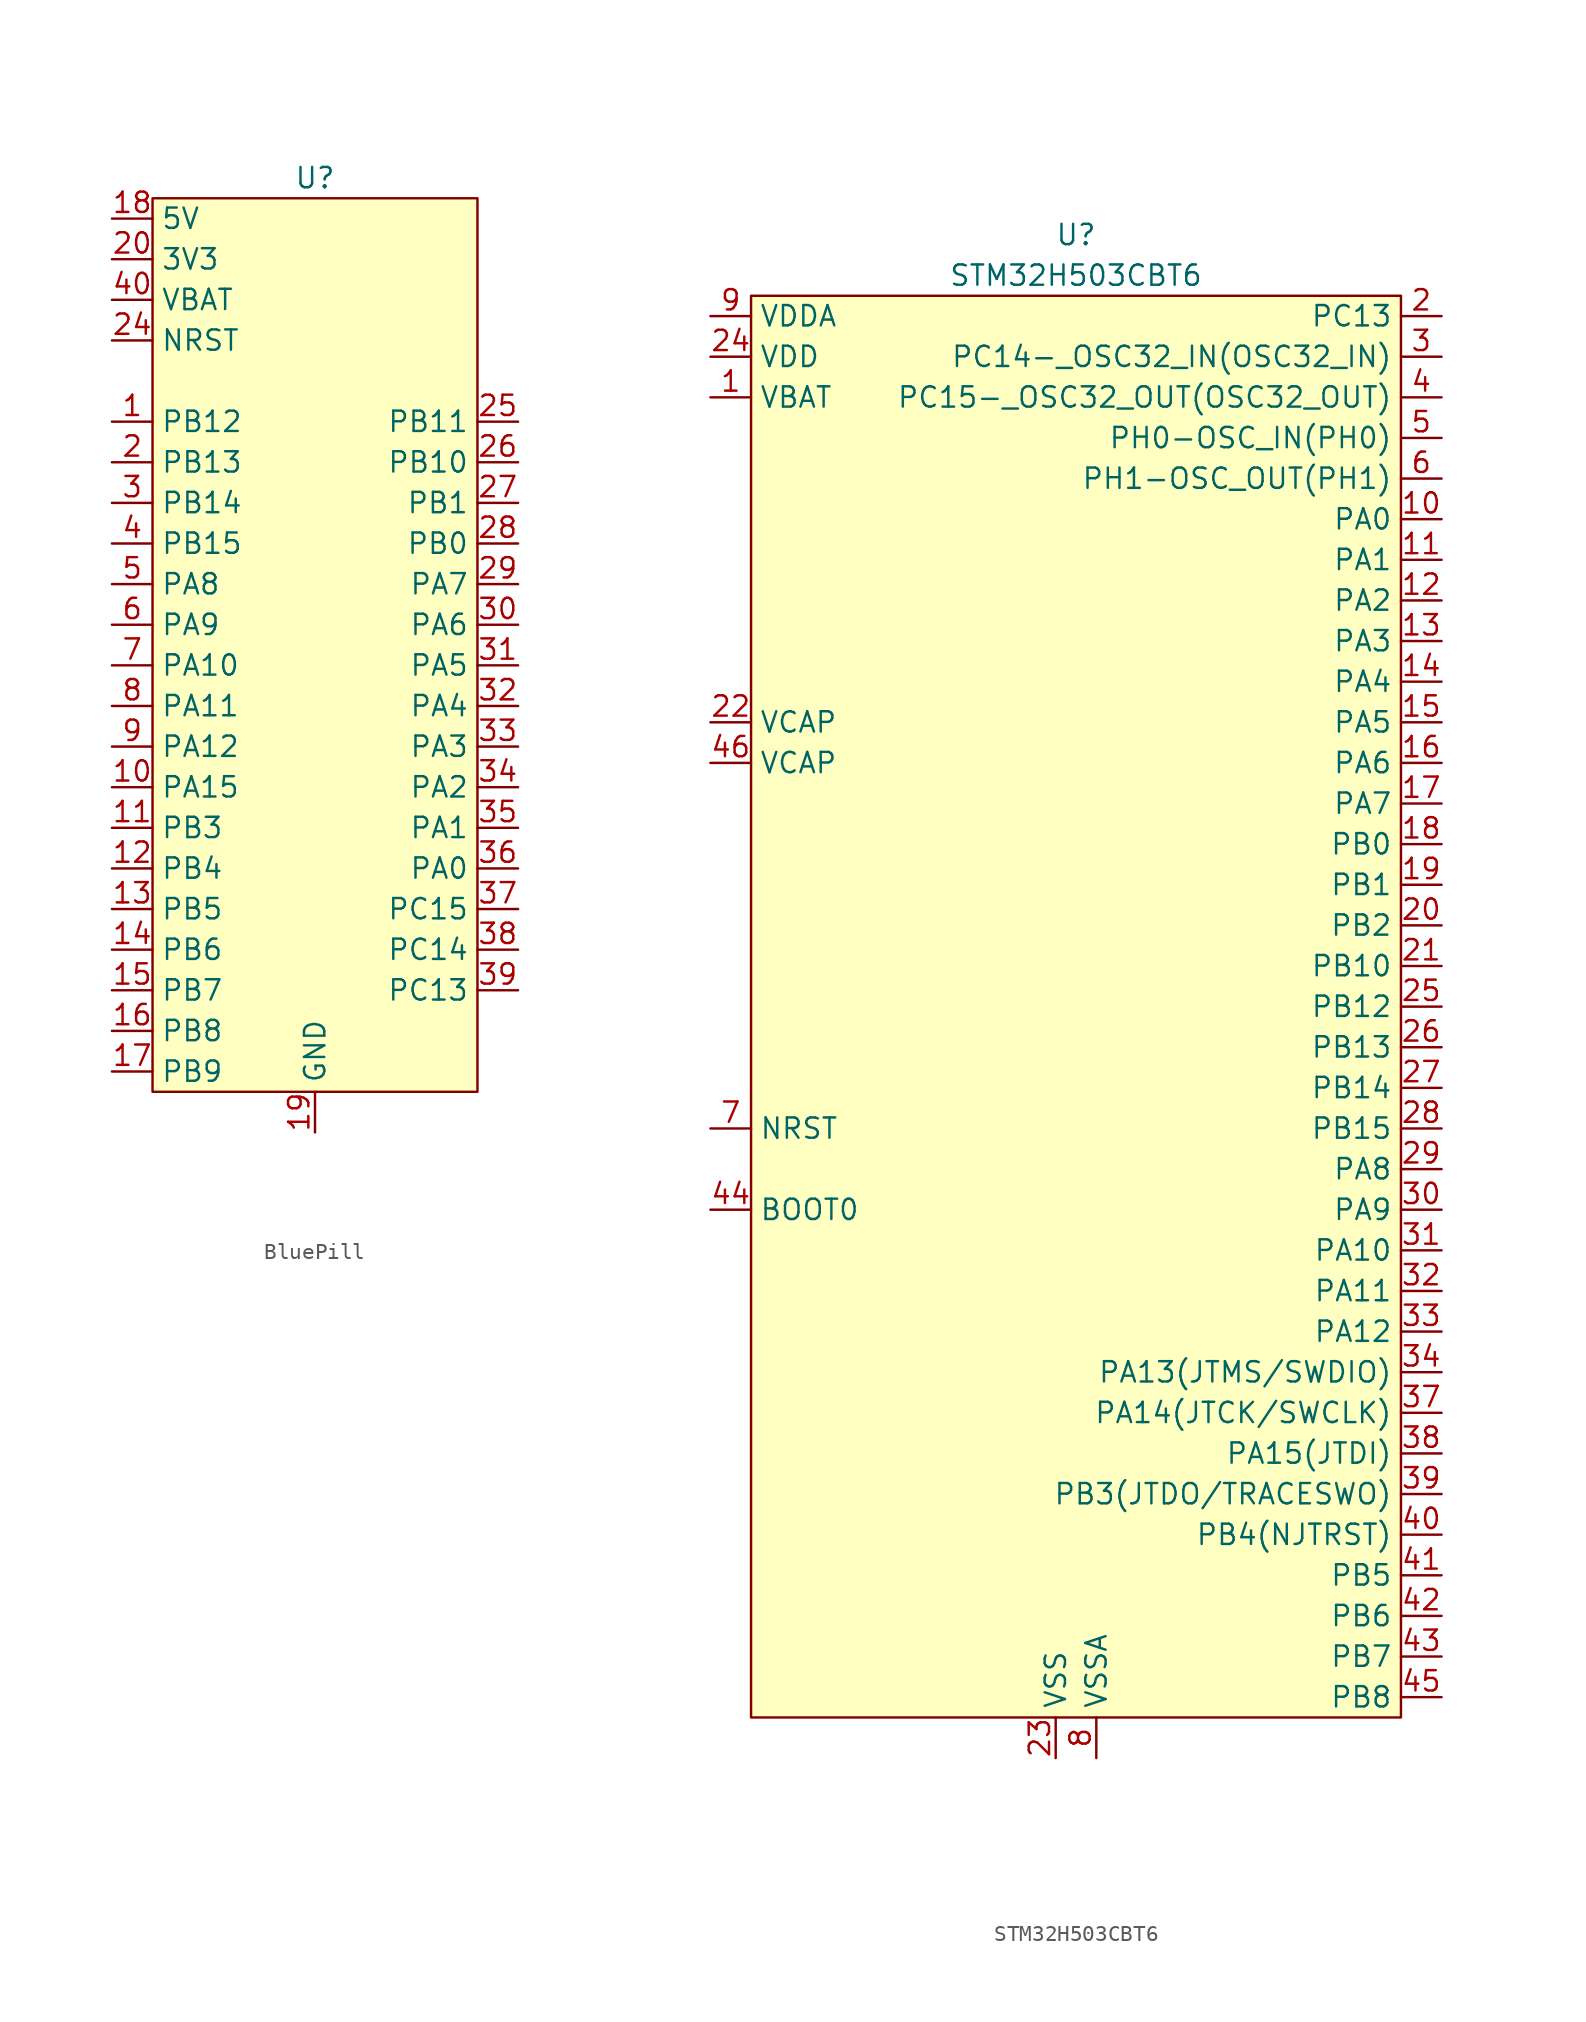
<source format=kicad_sym>
(kicad_symbol_lib
  (version 20220914)
  (generator kicad_symbol_editor)
  (symbol "BluePill"
    (property "Reference" "U"
      (at 0 2.54 0)
      (effects (font (size 1.27 1.27))))
    (property "Value" ""
      (at 0 0 0)
      (effects (font (size 1.27 1.27))))
    (symbol "BluePill_1_1"
      (rectangle (start -10.16 1.27) (end 10.16 -54.61) (stroke (width 0) (type default)) (fill (type background)))
      (pin bidirectional line (at -12.7 -12.7 0) (length 2.54) (name "PB12" (effects (font (size 1.27 1.27)))) (number "1" (effects (font (size 1.27 1.27)))))
      (pin bidirectional line (at -12.7 -35.56 0) (length 2.54) (name "PA15" (effects (font (size 1.27 1.27)))) (number "10" (effects (font (size 1.27 1.27)))))
      (pin bidirectional line (at -12.7 -38.1 0) (length 2.54) (name "PB3" (effects (font (size 1.27 1.27)))) (number "11" (effects (font (size 1.27 1.27)))))
      (pin bidirectional line (at -12.7 -40.64 0) (length 2.54) (name "PB4" (effects (font (size 1.27 1.27)))) (number "12" (effects (font (size 1.27 1.27)))))
      (pin bidirectional line (at -12.7 -43.18 0) (length 2.54) (name "PB5" (effects (font (size 1.27 1.27)))) (number "13" (effects (font (size 1.27 1.27)))))
      (pin bidirectional line (at -12.7 -45.72 0) (length 2.54) (name "PB6" (effects (font (size 1.27 1.27)))) (number "14" (effects (font (size 1.27 1.27)))))
      (pin bidirectional line (at -12.7 -48.26 0) (length 2.54) (name "PB7" (effects (font (size 1.27 1.27)))) (number "15" (effects (font (size 1.27 1.27)))))
      (pin bidirectional line (at -12.7 -50.8 0) (length 2.54) (name "PB8" (effects (font (size 1.27 1.27)))) (number "16" (effects (font (size 1.27 1.27)))))
      (pin bidirectional line (at -12.7 -53.34 0) (length 2.54) (name "PB9" (effects (font (size 1.27 1.27)))) (number "17" (effects (font (size 1.27 1.27)))))
      (pin power_in line (at -12.7 0 0) (length 2.54) (name "5V" (effects (font (size 1.27 1.27)))) (number "18" (effects (font (size 1.27 1.27)))))
      (pin power_in line (at 0 -57.15 90) (length 2.54) (name "GND" (effects (font (size 1.27 1.27)))) (number "19" (effects (font (size 1.27 1.27)))))
      (pin bidirectional line (at -12.7 -15.24 0) (length 2.54) (name "PB13" (effects (font (size 1.27 1.27)))) (number "2" (effects (font (size 1.27 1.27)))))
      (pin power_in line (at -12.7 -2.54 0) (length 2.54) (name "3V3" (effects (font (size 1.27 1.27)))) (number "20" (effects (font (size 1.27 1.27)))))
      (pin power_in line (at 0 -57.15 90) (length 2.54) hide (name "GND" (effects (font (size 1.27 1.27)))) (number "21" (effects (font (size 1.27 1.27)))))
      (pin power_in line (at 0 -57.15 90) (length 2.54) hide (name "GND" (effects (font (size 1.27 1.27)))) (number "22" (effects (font (size 1.27 1.27)))))
      (pin power_in line (at -12.7 -2.54 0) (length 2.54) hide (name "3V3" (effects (font (size 1.27 1.27)))) (number "23" (effects (font (size 1.27 1.27)))))
      (pin input line (at -12.7 -7.62 0) (length 2.54) (name "NRST" (effects (font (size 1.27 1.27)))) (number "24" (effects (font (size 1.27 1.27)))))
      (pin bidirectional line (at 12.7 -12.7 180) (length 2.54) (name "PB11" (effects (font (size 1.27 1.27)))) (number "25" (effects (font (size 1.27 1.27)))))
      (pin bidirectional line (at 12.7 -15.24 180) (length 2.54) (name "PB10" (effects (font (size 1.27 1.27)))) (number "26" (effects (font (size 1.27 1.27)))))
      (pin bidirectional line (at 12.7 -17.78 180) (length 2.54) (name "PB1" (effects (font (size 1.27 1.27)))) (number "27" (effects (font (size 1.27 1.27)))))
      (pin bidirectional line (at 12.7 -20.32 180) (length 2.54) (name "PB0" (effects (font (size 1.27 1.27)))) (number "28" (effects (font (size 1.27 1.27)))))
      (pin bidirectional line (at 12.7 -22.86 180) (length 2.54) (name "PA7" (effects (font (size 1.27 1.27)))) (number "29" (effects (font (size 1.27 1.27)))))
      (pin bidirectional line (at -12.7 -17.78 0) (length 2.54) (name "PB14" (effects (font (size 1.27 1.27)))) (number "3" (effects (font (size 1.27 1.27)))))
      (pin bidirectional line (at 12.7 -25.4 180) (length 2.54) (name "PA6" (effects (font (size 1.27 1.27)))) (number "30" (effects (font (size 1.27 1.27)))))
      (pin bidirectional line (at 12.7 -27.94 180) (length 2.54) (name "PA5" (effects (font (size 1.27 1.27)))) (number "31" (effects (font (size 1.27 1.27)))))
      (pin bidirectional line (at 12.7 -30.48 180) (length 2.54) (name "PA4" (effects (font (size 1.27 1.27)))) (number "32" (effects (font (size 1.27 1.27)))))
      (pin bidirectional line (at 12.7 -33.02 180) (length 2.54) (name "PA3" (effects (font (size 1.27 1.27)))) (number "33" (effects (font (size 1.27 1.27)))))
      (pin bidirectional line (at 12.7 -35.56 180) (length 2.54) (name "PA2" (effects (font (size 1.27 1.27)))) (number "34" (effects (font (size 1.27 1.27)))))
      (pin bidirectional line (at 12.7 -38.1 180) (length 2.54) (name "PA1" (effects (font (size 1.27 1.27)))) (number "35" (effects (font (size 1.27 1.27)))))
      (pin bidirectional line (at 12.7 -40.64 180) (length 2.54) (name "PA0" (effects (font (size 1.27 1.27)))) (number "36" (effects (font (size 1.27 1.27)))))
      (pin bidirectional line (at 12.7 -43.18 180) (length 2.54) (name "PC15" (effects (font (size 1.27 1.27)))) (number "37" (effects (font (size 1.27 1.27)))))
      (pin bidirectional line (at 12.7 -45.72 180) (length 2.54) (name "PC14" (effects (font (size 1.27 1.27)))) (number "38" (effects (font (size 1.27 1.27)))))
      (pin bidirectional line (at 12.7 -48.26 180) (length 2.54) (name "PC13" (effects (font (size 1.27 1.27)))) (number "39" (effects (font (size 1.27 1.27)))))
      (pin bidirectional line (at -12.7 -20.32 0) (length 2.54) (name "PB15" (effects (font (size 1.27 1.27)))) (number "4" (effects (font (size 1.27 1.27)))))
      (pin bidirectional line (at -12.7 -5.08 0) (length 2.54) (name "VBAT" (effects (font (size 1.27 1.27)))) (number "40" (effects (font (size 1.27 1.27)))))
      (pin bidirectional line (at -12.7 -22.86 0) (length 2.54) (name "PA8" (effects (font (size 1.27 1.27)))) (number "5" (effects (font (size 1.27 1.27)))))
      (pin bidirectional line (at -12.7 -25.4 0) (length 2.54) (name "PA9" (effects (font (size 1.27 1.27)))) (number "6" (effects (font (size 1.27 1.27)))))
      (pin bidirectional line (at -12.7 -27.94 0) (length 2.54) (name "PA10" (effects (font (size 1.27 1.27)))) (number "7" (effects (font (size 1.27 1.27)))))
      (pin bidirectional line (at -12.7 -30.48 0) (length 2.54) (name "PA11" (effects (font (size 1.27 1.27)))) (number "8" (effects (font (size 1.27 1.27)))))
      (pin bidirectional line (at -12.7 -33.02 0) (length 2.54) (name "PA12" (effects (font (size 1.27 1.27)))) (number "9" (effects (font (size 1.27 1.27)))))))
  (symbol "STM32H503CBT6"
    (property "Reference" "U"
      (at 0 5.08 0)
      (effects (font (size 1.27 1.27))))
    (property "Value" "STM32H503CBT6"
      (at 0 2.54 0)
      (effects (font (size 1.27 1.27))))
    (symbol "STM32H503CBT6_0_1"
      (rectangle (start -20.32 1.27) (end 20.32 -87.63) (stroke (width 0) (type default)) (fill (type background))))
    (symbol "STM32H503CBT6_1_1"
      (pin power_in line (at -22.86 -5.08 0) (length 2.54) (name "VBAT" (effects (font (size 1.27 1.27)))) (number "1" (effects (font (size 1.27 1.27)))))
      (pin bidirectional line (at 22.86 -12.7 180) (length 2.54) (name "PA0" (effects (font (size 1.27 1.27)))) (number "10" (effects (font (size 1.27 1.27)))))
      (pin bidirectional line (at 22.86 -15.24 180) (length 2.54) (name "PA1" (effects (font (size 1.27 1.27)))) (number "11" (effects (font (size 1.27 1.27)))))
      (pin bidirectional line (at 22.86 -17.78 180) (length 2.54) (name "PA2" (effects (font (size 1.27 1.27)))) (number "12" (effects (font (size 1.27 1.27)))))
      (pin bidirectional line (at 22.86 -20.32 180) (length 2.54) (name "PA3" (effects (font (size 1.27 1.27)))) (number "13" (effects (font (size 1.27 1.27)))))
      (pin bidirectional line (at 22.86 -22.86 180) (length 2.54) (name "PA4" (effects (font (size 1.27 1.27)))) (number "14" (effects (font (size 1.27 1.27)))))
      (pin bidirectional line (at 22.86 -25.4 180) (length 2.54) (name "PA5" (effects (font (size 1.27 1.27)))) (number "15" (effects (font (size 1.27 1.27)))))
      (pin bidirectional line (at 22.86 -27.94 180) (length 2.54) (name "PA6" (effects (font (size 1.27 1.27)))) (number "16" (effects (font (size 1.27 1.27)))))
      (pin bidirectional line (at 22.86 -30.48 180) (length 2.54) (name "PA7" (effects (font (size 1.27 1.27)))) (number "17" (effects (font (size 1.27 1.27)))))
      (pin bidirectional line (at 22.86 -33.02 180) (length 2.54) (name "PB0" (effects (font (size 1.27 1.27)))) (number "18" (effects (font (size 1.27 1.27)))))
      (pin bidirectional line (at 22.86 -35.56 180) (length 2.54) (name "PB1" (effects (font (size 1.27 1.27)))) (number "19" (effects (font (size 1.27 1.27)))))
      (pin bidirectional line (at 22.86 0 180) (length 2.54) (name "PC13" (effects (font (size 1.27 1.27)))) (number "2" (effects (font (size 1.27 1.27)))))
      (pin bidirectional line (at 22.86 -38.1 180) (length 2.54) (name "PB2" (effects (font (size 1.27 1.27)))) (number "20" (effects (font (size 1.27 1.27)))))
      (pin bidirectional line (at 22.86 -40.64 180) (length 2.54) (name "PB10" (effects (font (size 1.27 1.27)))) (number "21" (effects (font (size 1.27 1.27)))))
      (pin passive line (at -22.86 -25.4 0) (length 2.54) (name "VCAP" (effects (font (size 1.27 1.27)))) (number "22" (effects (font (size 1.27 1.27)))))
      (pin power_in line (at -1.27 -90.17 90) (length 2.54) (name "VSS" (effects (font (size 1.27 1.27)))) (number "23" (effects (font (size 1.27 1.27)))))
      (pin power_in line (at -22.86 -2.54 0) (length 2.54) (name "VDD" (effects (font (size 1.27 1.27)))) (number "24" (effects (font (size 1.27 1.27)))))
      (pin bidirectional line (at 22.86 -43.18 180) (length 2.54) (name "PB12" (effects (font (size 1.27 1.27)))) (number "25" (effects (font (size 1.27 1.27)))))
      (pin bidirectional line (at 22.86 -45.72 180) (length 2.54) (name "PB13" (effects (font (size 1.27 1.27)))) (number "26" (effects (font (size 1.27 1.27)))))
      (pin bidirectional line (at 22.86 -48.26 180) (length 2.54) (name "PB14" (effects (font (size 1.27 1.27)))) (number "27" (effects (font (size 1.27 1.27)))))
      (pin bidirectional line (at 22.86 -50.8 180) (length 2.54) (name "PB15" (effects (font (size 1.27 1.27)))) (number "28" (effects (font (size 1.27 1.27)))))
      (pin bidirectional line (at 22.86 -53.34 180) (length 2.54) (name "PA8" (effects (font (size 1.27 1.27)))) (number "29" (effects (font (size 1.27 1.27)))))
      (pin bidirectional line (at 22.86 -2.54 180) (length 2.54) (name "PC14-_OSC32_IN(OSC32_IN)" (effects (font (size 1.27 1.27)))) (number "3" (effects (font (size 1.27 1.27)))))
      (pin bidirectional line (at 22.86 -55.88 180) (length 2.54) (name "PA9" (effects (font (size 1.27 1.27)))) (number "30" (effects (font (size 1.27 1.27)))))
      (pin bidirectional line (at 22.86 -58.42 180) (length 2.54) (name "PA10" (effects (font (size 1.27 1.27)))) (number "31" (effects (font (size 1.27 1.27)))))
      (pin bidirectional line (at 22.86 -60.96 180) (length 2.54) (name "PA11" (effects (font (size 1.27 1.27)))) (number "32" (effects (font (size 1.27 1.27)))))
      (pin bidirectional line (at 22.86 -63.5 180) (length 2.54) (name "PA12" (effects (font (size 1.27 1.27)))) (number "33" (effects (font (size 1.27 1.27)))))
      (pin bidirectional line (at 22.86 -66.04 180) (length 2.54) (name "PA13(JTMS/SWDIO)" (effects (font (size 1.27 1.27)))) (number "34" (effects (font (size 1.27 1.27)))))
      (pin power_in line (at -1.27 -90.17 90) (length 2.54) hide (name "GND" (effects (font (size 1.27 1.27)))) (number "35" (effects (font (size 1.27 1.27)))))
      (pin power_in line (at -22.86 -2.54 0) (length 2.54) hide (name "3V3" (effects (font (size 1.27 1.27)))) (number "36" (effects (font (size 1.27 1.27)))))
      (pin bidirectional line (at 22.86 -68.58 180) (length 2.54) (name "PA14(JTCK/SWCLK)" (effects (font (size 1.27 1.27)))) (number "37" (effects (font (size 1.27 1.27)))))
      (pin bidirectional line (at 22.86 -71.12 180) (length 2.54) (name "PA15(JTDI)" (effects (font (size 1.27 1.27)))) (number "38" (effects (font (size 1.27 1.27)))))
      (pin bidirectional line (at 22.86 -73.66 180) (length 2.54) (name "PB3(JTDO/TRACESWO)" (effects (font (size 1.27 1.27)))) (number "39" (effects (font (size 1.27 1.27)))))
      (pin bidirectional line (at 22.86 -5.08 180) (length 2.54) (name "PC15-_OSC32_OUT(OSC32_OUT)" (effects (font (size 1.27 1.27)))) (number "4" (effects (font (size 1.27 1.27)))))
      (pin bidirectional line (at 22.86 -76.2 180) (length 2.54) (name "PB4(NJTRST)" (effects (font (size 1.27 1.27)))) (number "40" (effects (font (size 1.27 1.27)))))
      (pin bidirectional line (at 22.86 -78.74 180) (length 2.54) (name "PB5" (effects (font (size 1.27 1.27)))) (number "41" (effects (font (size 1.27 1.27)))))
      (pin bidirectional line (at 22.86 -81.28 180) (length 2.54) (name "PB6" (effects (font (size 1.27 1.27)))) (number "42" (effects (font (size 1.27 1.27)))))
      (pin bidirectional line (at 22.86 -83.82 180) (length 2.54) (name "PB7" (effects (font (size 1.27 1.27)))) (number "43" (effects (font (size 1.27 1.27)))))
      (pin input line (at -22.86 -55.88 0) (length 2.54) (name "BOOT0" (effects (font (size 1.27 1.27)))) (number "44" (effects (font (size 1.27 1.27)))))
      (pin bidirectional line (at 22.86 -86.36 180) (length 2.54) (name "PB8" (effects (font (size 1.27 1.27)))) (number "45" (effects (font (size 1.27 1.27)))))
      (pin passive line (at -22.86 -27.94 0) (length 2.54) (name "VCAP" (effects (font (size 1.27 1.27)))) (number "46" (effects (font (size 1.27 1.27)))))
      (pin power_in line (at -1.27 -90.17 90) (length 2.54) hide (name "GND" (effects (font (size 1.27 1.27)))) (number "47" (effects (font (size 1.27 1.27)))))
      (pin power_in line (at -22.86 -2.54 0) (length 2.54) hide (name "3V3" (effects (font (size 1.27 1.27)))) (number "48" (effects (font (size 1.27 1.27)))))
      (pin bidirectional line (at 22.86 -7.62 180) (length 2.54) (name "PH0-OSC_IN(PH0)" (effects (font (size 1.27 1.27)))) (number "5" (effects (font (size 1.27 1.27)))))
      (pin bidirectional line (at 22.86 -10.16 180) (length 2.54) (name "PH1-OSC_OUT(PH1)" (effects (font (size 1.27 1.27)))) (number "6" (effects (font (size 1.27 1.27)))))
      (pin input line (at -22.86 -50.8 0) (length 2.54) (name "NRST" (effects (font (size 1.27 1.27)))) (number "7" (effects (font (size 1.27 1.27)))))
      (pin power_in line (at 1.27 -90.17 90) (length 2.54) (name "VSSA" (effects (font (size 1.27 1.27)))) (number "8" (effects (font (size 1.27 1.27)))))
      (pin power_in line (at -22.86 0 0) (length 2.54) (name "VDDA" (effects (font (size 1.27 1.27)))) (number "9" (effects (font (size 1.27 1.27))))))))
</source>
